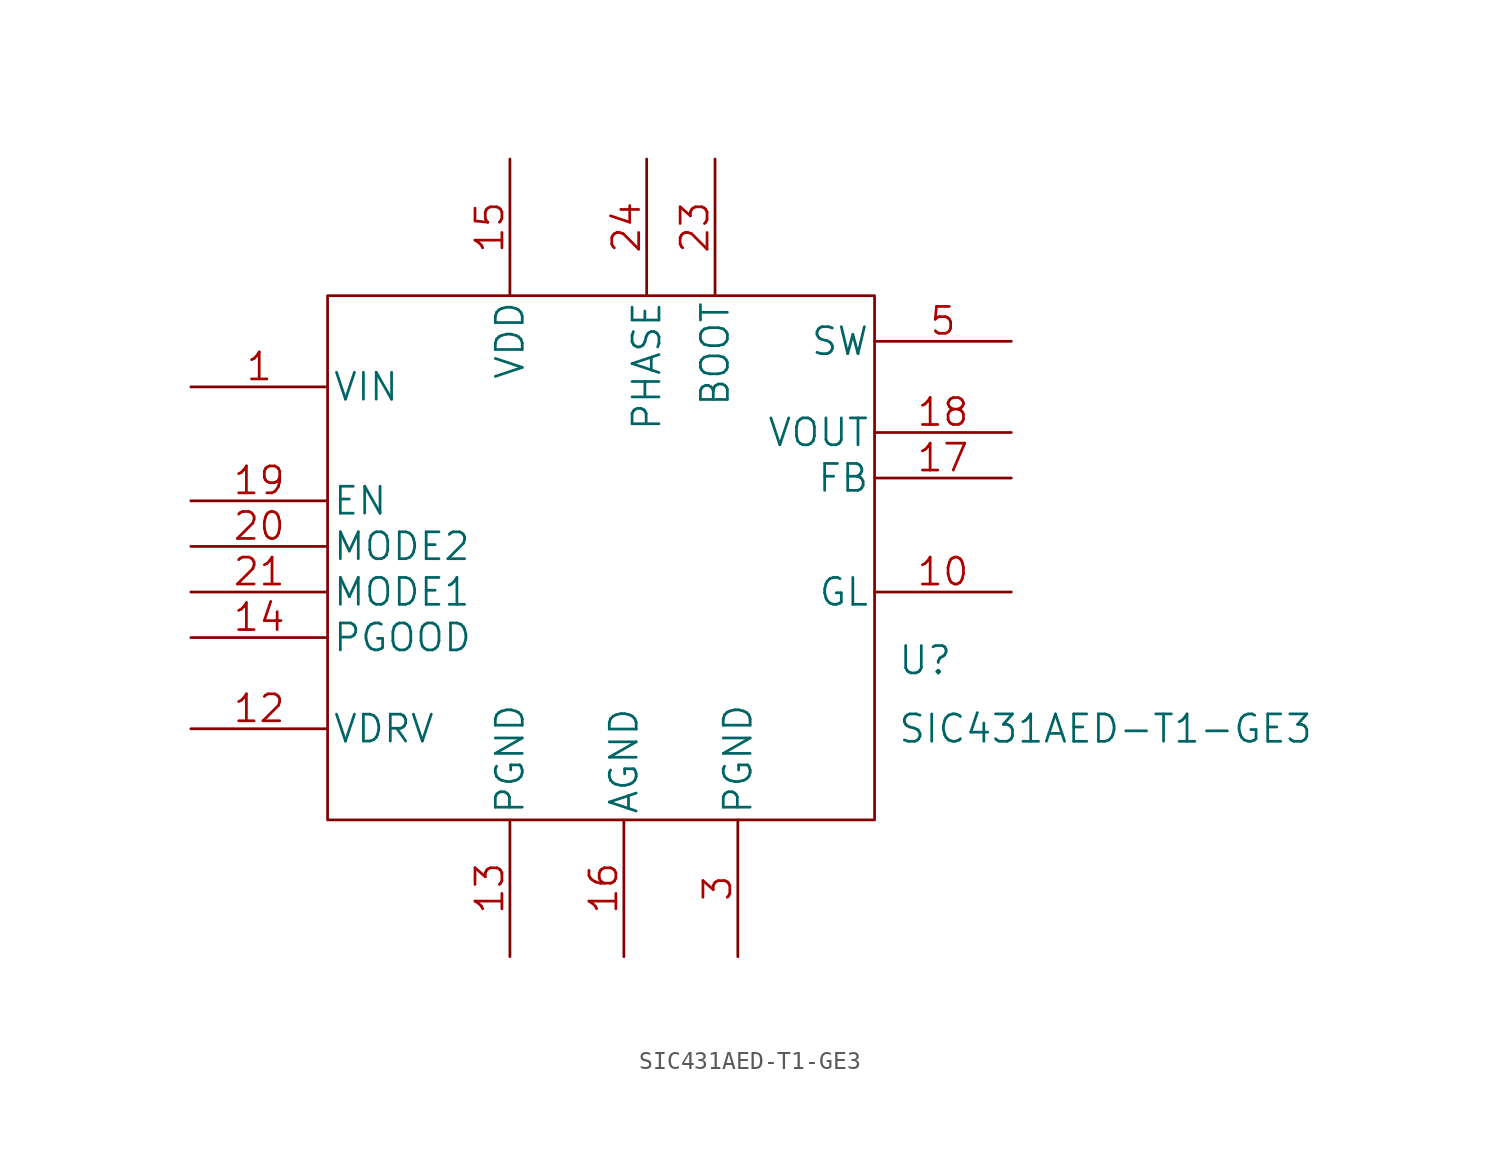
<source format=kicad_sym>
(kicad_symbol_lib
  (version 20211014)
  (generator kicad_symbol_editor)
  (symbol "SIC431AED-T1-GE3"
    (pin_names
      (offset 0.254))
    (property "Reference" "U"
      (at 31.75 -20.32 0)
      (effects (font (size 1.524 1.524)) (justify left)))
    (property "Value" "SIC431AED-T1-GE3"
      (at 31.75 -24.13 0)
      (effects (font (size 1.524 1.524)) (justify left)))
    (symbol "SIC431AED-T1-GE3_1_1"
      (rectangle (start 0 0) (end 30.48 -29.21) (stroke (width 0) (type default) (color 0 0 0 0)) (fill (type none)))
      (pin power_in line (at -7.62 -5.08 0) (length 7.62) (name "VIN" (effects (font (size 1.499 1.499)))) (number "1" (effects (font (size 1.499 1.499)))))
      (pin input line (at 38.1 -16.51 180) (length 7.62) (name "GL" (effects (font (size 1.499 1.499)))) (number "10" (effects (font (size 1.499 1.499)))))
      (pin input line (at 38.1 -16.51 180) (length 7.62) hide (name "GL" (effects (font (size 1.499 1.499)))) (number "11" (effects (font (size 1.499 1.499)))))
      (pin output line (at -7.62 -24.13 0) (length 7.62) (name "VDRV" (effects (font (size 1.499 1.499)))) (number "12" (effects (font (size 1.499 1.499)))))
      (pin power_in line (at 10.16 -36.83 90) (length 7.62) (name "PGND" (effects (font (size 1.499 1.499)))) (number "13" (effects (font (size 1.499 1.499)))))
      (pin power_in line (at -7.62 -19.05 0) (length 7.62) (name "PGOOD" (effects (font (size 1.499 1.499)))) (number "14" (effects (font (size 1.499 1.499)))))
      (pin power_in line (at 10.16 7.62 270) (length 7.62) (name "VDD" (effects (font (size 1.499 1.499)))) (number "15" (effects (font (size 1.499 1.499)))))
      (pin power_in line (at 16.51 -36.83 90) (length 7.62) (name "AGND" (effects (font (size 1.499 1.499)))) (number "16" (effects (font (size 1.499 1.499)))))
      (pin input line (at 38.1 -10.16 180) (length 7.62) (name "FB" (effects (font (size 1.499 1.499)))) (number "17" (effects (font (size 1.499 1.499)))))
      (pin output line (at 38.1 -7.62 180) (length 7.62) (name "VOUT" (effects (font (size 1.499 1.499)))) (number "18" (effects (font (size 1.499 1.499)))))
      (pin input line (at -7.62 -11.43 0) (length 7.62) (name "EN" (effects (font (size 1.499 1.499)))) (number "19" (effects (font (size 1.499 1.499)))))
      (pin power_in line (at -7.62 -5.08 0) (length 7.62) hide (name "VIN" (effects (font (size 1.499 1.499)))) (number "2" (effects (font (size 1.499 1.499)))))
      (pin bidirectional line (at -7.62 -13.97 0) (length 7.62) (name "MODE2" (effects (font (size 1.499 1.499)))) (number "20" (effects (font (size 1.499 1.499)))))
      (pin bidirectional line (at -7.62 -16.51 0) (length 7.62) (name "MODE1" (effects (font (size 1.499 1.499)))) (number "21" (effects (font (size 1.499 1.499)))))
      (pin power_in line (at -7.62 -5.08 0) (length 7.62) hide (name "VIN" (effects (font (size 1.499 1.499)))) (number "22" (effects (font (size 1.499 1.499)))))
      (pin input line (at 21.59 7.62 270) (length 7.62) (name "BOOT" (effects (font (size 1.499 1.499)))) (number "23" (effects (font (size 1.499 1.499)))))
      (pin output line (at 17.78 7.62 270) (length 7.62) (name "PHASE" (effects (font (size 1.499 1.499)))) (number "24" (effects (font (size 1.499 1.499)))))
      (pin power_in line (at 16.51 -36.83 90) (length 7.62) hide (name "AGND" (effects (font (size 1.499 1.499)))) (number "25" (effects (font (size 1.499 1.499)))))
      (pin power_in line (at -7.62 -5.08 0) (length 7.62) hide (name "VIN" (effects (font (size 1.499 1.499)))) (number "26" (effects (font (size 1.499 1.499)))))
      (pin power_in line (at 22.86 -36.83 90) (length 7.62) hide (name "PGND" (effects (font (size 1.499 1.499)))) (number "27" (effects (font (size 1.499 1.499)))))
      (pin input line (at 38.1 -16.51 180) (length 7.62) hide (name "GL" (effects (font (size 1.499 1.499)))) (number "28" (effects (font (size 1.499 1.499)))))
      (pin power_in line (at 22.86 -36.83 90) (length 7.62) (name "PGND" (effects (font (size 1.499 1.499)))) (number "3" (effects (font (size 1.499 1.499)))))
      (pin power_in line (at 22.86 -36.83 90) (length 7.62) hide (name "PGND" (effects (font (size 1.499 1.499)))) (number "4" (effects (font (size 1.499 1.499)))))
      (pin open_emitter line (at 38.1 -2.54 180) (length 7.62) (name "SW" (effects (font (size 1.499 1.499)))) (number "5" (effects (font (size 1.499 1.499)))))
      (pin open_emitter line (at 38.1 -2.54 180) (length 7.62) hide (name "SW" (effects (font (size 1.499 1.499)))) (number "6" (effects (font (size 1.499 1.499)))))
      (pin open_emitter line (at 38.1 -2.54 180) (length 7.62) hide (name "SW" (effects (font (size 1.499 1.499)))) (number "7" (effects (font (size 1.499 1.499)))))
      (pin open_emitter line (at 38.1 -2.54 180) (length 7.62) hide (name "SW" (effects (font (size 1.499 1.499)))) (number "8" (effects (font (size 1.499 1.499)))))
      (pin open_emitter line (at 38.1 -2.54 180) (length 7.62) hide (name "SW" (effects (font (size 1.499 1.499)))) (number "9" (effects (font (size 1.499 1.499))))))))
</source>
